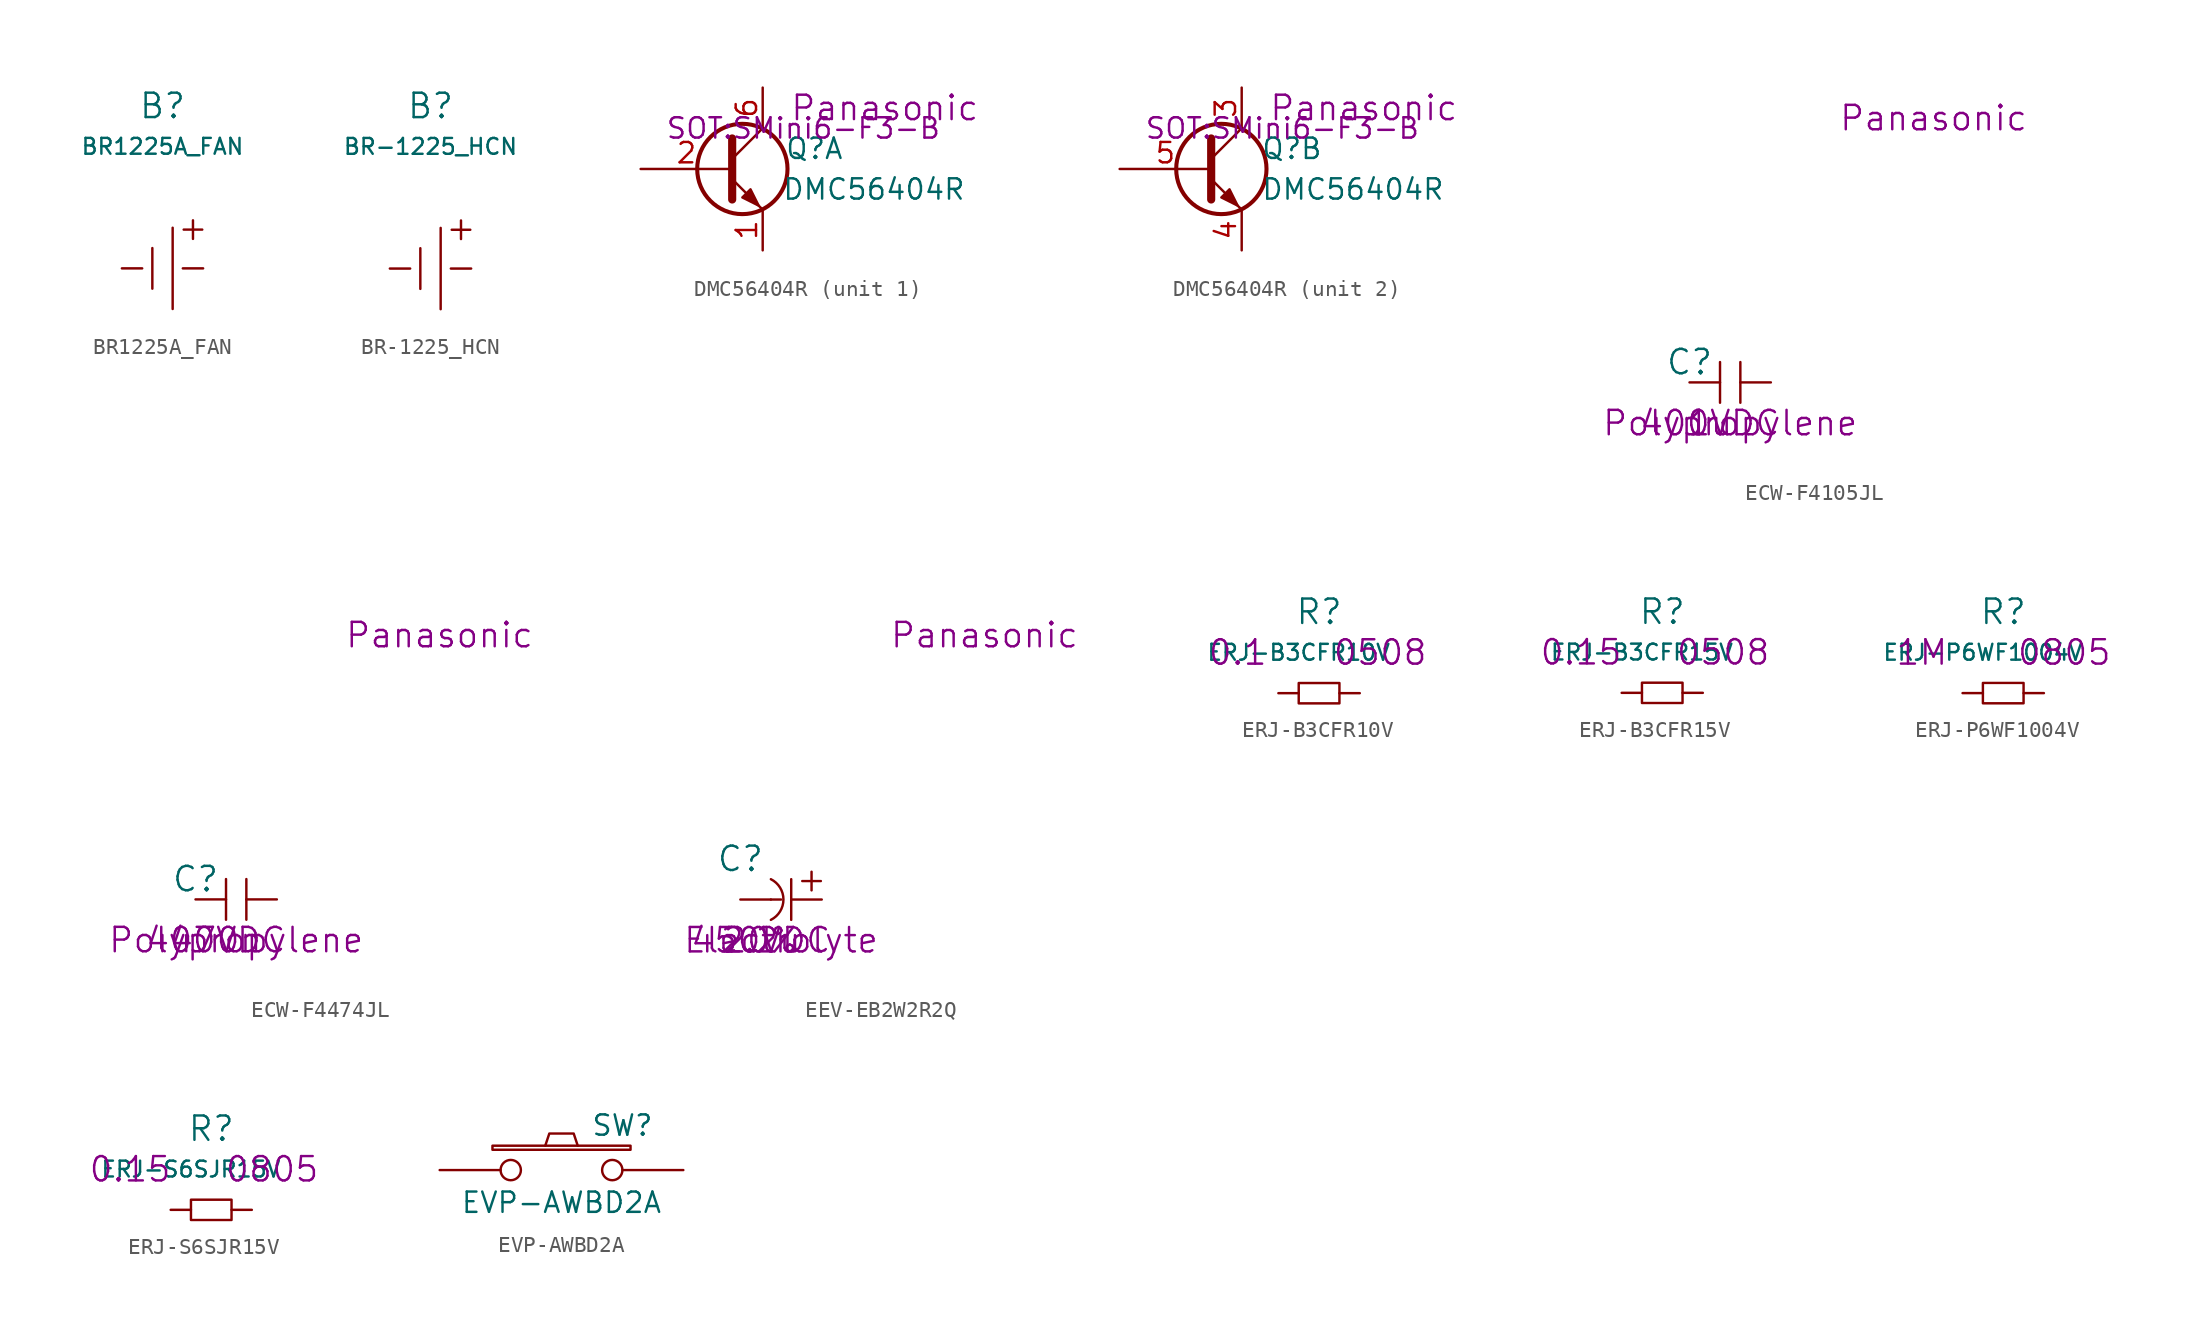
<source format=kicad_sym>
(kicad_symbol_lib
  (version 20220914)
  (generator kicad_symbol_editor)
  (symbol "BR1225A_FAN"
    (pin_numbers hide)
    (pin_names
      (offset 1.016) hide)
    (property "Reference" "B"
      (at 0 10.16 0)
      (effects (font (size 1.524 1.524))))
    (property "Value" "BR1225A_FAN"
      (at 0 7.62 0)
      (effects (font (size 0.991 0.991))))
    (symbol "BR1225A_FAN_0_0"
      (text "+" (at 1.905 2.54 0) (effects (font (size 1.524 1.524)))))
    (symbol "BR1225A_FAN_0_1"
      (polyline (pts (xy -0.635 1.27) (xy -0.635 -1.27)) (stroke (width 0) (type solid)) (fill (type none)))
      (polyline (pts (xy 0.635 2.54) (xy 0.635 -2.54)) (stroke (width 0) (type solid)) (fill (type none))))
    (symbol "BR1225A_FAN_1_1"
      (pin power_out line (at 2.54 0 180) (length 1.27) (name "PLUS" (effects (font (size 1.27 1.27)))) (number "A" (effects (font (size 1.27 1.27)))))
      (pin passive line (at -2.54 0 0) (length 1.27) (name "MINUS" (effects (font (size 1.27 1.27)))) (number "C" (effects (font (size 1.27 1.27)))))))
  (symbol "BR-1225_HCN"
    (pin_numbers hide)
    (pin_names
      (offset 1.016) hide)
    (property "Reference" "B"
      (at 0 10.16 0)
      (effects (font (size 1.524 1.524))))
    (property "Value" "BR-1225_HCN"
      (at 0 7.62 0)
      (effects (font (size 0.991 0.991))))
    (symbol "BR-1225_HCN_0_0"
      (text "+" (at 1.905 2.54 0) (effects (font (size 1.524 1.524)))))
    (symbol "BR-1225_HCN_0_1"
      (polyline (pts (xy -0.635 1.27) (xy -0.635 -1.27)) (stroke (width 0) (type solid)) (fill (type none)))
      (polyline (pts (xy 0.635 2.54) (xy 0.635 -2.54)) (stroke (width 0) (type solid)) (fill (type none))))
    (symbol "BR-1225_HCN_1_1"
      (pin power_out line (at 2.54 0 180) (length 1.27) (name "PLUS" (effects (font (size 1.27 1.27)))) (number "A" (effects (font (size 1.27 1.27)))))
      (pin passive line (at -2.54 0 0) (length 1.27) (name "MINUS" (effects (font (size 1.27 1.27)))) (number "C" (effects (font (size 1.27 1.27)))))))
  (symbol "DMC56404R"
    (pin_names
      (offset 0) hide)
    (property "Reference" "Q"
      (at 7.62 1.27 0)
      (effects (font (size 1.27 1.27)) (justify right)))
    (property "Value" "DMC56404R"
      (at 15.24 -1.27 0)
      (effects (font (size 1.27 1.27)) (justify right)))
    (property "Footprint" "SOT:SMini6-F3-B"
      (at 5.08 2.54 0)
      (effects (font (size 1.27 1.27))))
    (property "Datasheet" ""
      (at 7.62 1.27 0)
      (effects (font (size 1.27 1.27))))
    (property "Manufacturer" "Panasonic"
      (at 10.16 3.81 0)
      (effects (font (size 1.524 1.524))))
    (property "ki_locked" ""
      (at 0 0 0)
      (effects (font (size 1.27 1.27))))
    (symbol "DMC56404R_0_1"
      (polyline (pts (xy 0.635 0.635) (xy 2.54 2.54)) (stroke (width 0) (type solid)) (fill (type none)))
      (polyline (pts (xy 0.635 -0.635) (xy 2.54 -2.54) (xy 2.54 -2.54)) (stroke (width 0) (type solid)) (fill (type none)))
      (polyline (pts (xy 0.635 1.905) (xy 0.635 -1.905) (xy 0.635 -1.905)) (stroke (width 0.508) (type solid)) (fill (type none)))
      (polyline (pts (xy 1.27 -1.778) (xy 1.778 -1.27) (xy 2.286 -2.286) (xy 1.27 -1.778) (xy 1.27 -1.778)) (stroke (width 0) (type solid)) (fill (type outline)))
      (circle (center 1.27 0) (radius 2.819) (stroke (width 0.254) (type solid)) (fill (type none))))
    (symbol "DMC56404R_1_1"
      (pin passive line (at 2.54 -5.08 90) (length 2.54) (name "E1" (effects (font (size 1.27 1.27)))) (number "1" (effects (font (size 1.27 1.27)))))
      (pin input line (at -5.08 0 0) (length 5.715) (name "B1" (effects (font (size 1.27 1.27)))) (number "2" (effects (font (size 1.27 1.27)))))
      (pin passive line (at 2.54 5.08 270) (length 2.54) (name "C1" (effects (font (size 1.27 1.27)))) (number "6" (effects (font (size 1.27 1.27))))))
    (symbol "DMC56404R_2_1"
      (pin passive line (at 2.54 5.08 270) (length 2.54) (name "C2" (effects (font (size 1.27 1.27)))) (number "3" (effects (font (size 1.27 1.27)))))
      (pin passive line (at 2.54 -5.08 90) (length 2.54) (name "E2" (effects (font (size 1.27 1.27)))) (number "4" (effects (font (size 1.27 1.27)))))
      (pin input line (at -5.08 0 0) (length 5.715) (name "B2" (effects (font (size 1.27 1.27)))) (number "5" (effects (font (size 1.27 1.27)))))))
  (symbol "ECW-F4105JL"
    (pin_numbers hide)
    (pin_names
      (offset 1.016) hide)
    (property "Reference" "C"
      (at -2.54 1.27 0)
      (effects (font (size 1.524 1.524))))
    (property "Datasheet" ""
      (at -2.54 1.27 0)
      (effects (font (size 1.524 1.524))))
    (property "Value2" "1u"
      (at -1.27 -2.54 0)
      (effects (font (size 1.524 1.524))))
    (property "Rating" "400VDC"
      (at -1.27 -2.54 0)
      (effects (font (size 1.524 1.524))))
    (property "Dielectric" "Polypropylene"
      (at 0 -2.54 0)
      (effects (font (size 1.524 1.524))))
    (property "Manufacturer" "Panasonic"
      (at 12.7 16.51 0)
      (effects (font (size 1.524 1.524))))
    (symbol "ECW-F4105JL_0_1"
      (polyline (pts (xy -0.635 -1.27) (xy -0.635 1.27)) (stroke (width 0) (type solid)) (fill (type none)))
      (polyline (pts (xy 0.635 1.27) (xy 0.635 -1.27)) (stroke (width 0) (type solid)) (fill (type none))))
    (symbol "ECW-F4105JL_1_1"
      (pin passive line (at -2.54 0 0) (length 1.905) (name "1" (effects (font (size 1.27 1.27)))) (number "1" (effects (font (size 1.27 1.27)))))
      (pin passive line (at 2.54 0 180) (length 1.905) (name "2" (effects (font (size 1.27 1.27)))) (number "2" (effects (font (size 1.27 1.27)))))))
  (symbol "ECW-F4474JL"
    (pin_numbers hide)
    (pin_names
      (offset 1.016) hide)
    (property "Reference" "C"
      (at -2.54 1.27 0)
      (effects (font (size 1.524 1.524))))
    (property "Datasheet" ""
      (at -2.54 1.27 0)
      (effects (font (size 1.524 1.524))))
    (property "Value2" "470n"
      (at -1.27 -2.54 0)
      (effects (font (size 1.524 1.524))))
    (property "Rating" "400VDC"
      (at -1.27 -2.54 0)
      (effects (font (size 1.524 1.524))))
    (property "Dielectric" "Polypropylene"
      (at 0 -2.54 0)
      (effects (font (size 1.524 1.524))))
    (property "Manufacturer" "Panasonic"
      (at 12.7 16.51 0)
      (effects (font (size 1.524 1.524))))
    (symbol "ECW-F4474JL_0_1"
      (polyline (pts (xy -0.635 -1.27) (xy -0.635 1.27)) (stroke (width 0) (type solid)) (fill (type none)))
      (polyline (pts (xy 0.635 1.27) (xy 0.635 -1.27)) (stroke (width 0) (type solid)) (fill (type none))))
    (symbol "ECW-F4474JL_1_1"
      (pin passive line (at -2.54 0 0) (length 1.905) (name "1" (effects (font (size 1.27 1.27)))) (number "1" (effects (font (size 1.27 1.27)))))
      (pin passive line (at 2.54 0 180) (length 1.905) (name "2" (effects (font (size 1.27 1.27)))) (number "2" (effects (font (size 1.27 1.27)))))))
  (symbol "EEV-EB2W2R2Q"
    (pin_numbers hide)
    (pin_names
      (offset 1.016) hide)
    (property "Reference" "C"
      (at -2.54 2.54 0)
      (effects (font (size 1.524 1.524))))
    (property "Datasheet" ""
      (at -2.54 1.27 0)
      (effects (font (size 1.524 1.524))))
    (property "Value2" "2.2u"
      (at -1.27 -2.54 0)
      (effects (font (size 1.524 1.524))))
    (property "Rating" "450VDC"
      (at -1.27 -2.54 0)
      (effects (font (size 1.524 1.524))))
    (property "Tolerance" "20%"
      (at -1.27 -2.54 0)
      (effects (font (size 1.524 1.524))))
    (property "Dielectric" "Electrolyte"
      (at 0 -2.54 0)
      (effects (font (size 1.524 1.524))))
    (property "Manufacturer" "Panasonic"
      (at 12.7 16.51 0)
      (effects (font (size 1.524 1.524))))
    (symbol "EEV-EB2W2R2Q_0_0"
      (arc (start -0.635 -1.27) (mid 0.1499 0) (end -0.635 1.27) (stroke (width 0) (type solid)) (fill (type none)))
      (polyline (pts (xy -0.635 0) (xy 0 0)) (stroke (width 0) (type solid)) (fill (type none)))
      (text "+" (at 1.905 1.27 0) (effects (font (size 1.524 1.524)))))
    (symbol "EEV-EB2W2R2Q_0_1"
      (polyline (pts (xy 0.635 1.27) (xy 0.635 -1.27)) (stroke (width 0) (type solid)) (fill (type none))))
    (symbol "EEV-EB2W2R2Q_1_1"
      (pin passive line (at 2.54 0 180) (length 1.905) (name "A" (effects (font (size 1.27 1.27)))) (number "A" (effects (font (size 1.27 1.27)))))
      (pin passive line (at -2.54 0 0) (length 1.905) (name "C" (effects (font (size 1.27 1.27)))) (number "C" (effects (font (size 1.27 1.27)))))))
  (symbol "ERJ-B3CFR10V"
    (pin_numbers hide)
    (pin_names
      (offset 1.016) hide)
    (property "Reference" "R"
      (at 0 5.08 0)
      (effects (font (size 1.524 1.524))))
    (property "Value" "ERJ-B3CFR10V"
      (at -1.27 2.54 0)
      (effects (font (size 0.991 0.991))))
    (property "Value2" "0.1"
      (at -5.08 2.54 0)
      (effects (font (size 1.524 1.524))))
    (property "Size" "0508"
      (at 3.81 2.54 0)
      (effects (font (size 1.524 1.524))))
    (symbol "ERJ-B3CFR10V_0_1"
      (rectangle (start -1.27 0.635) (end 1.27 -0.635) (stroke (width 0) (type solid)) (fill (type none))))
    (symbol "ERJ-B3CFR10V_1_1"
      (pin passive line (at -2.54 0 0) (length 1.27) (name "1" (effects (font (size 1.27 1.27)))) (number "1" (effects (font (size 1.27 1.27)))))
      (pin passive line (at 2.54 0 180) (length 1.27) (name "2" (effects (font (size 1.27 1.27)))) (number "2" (effects (font (size 1.27 1.27)))))))
  (symbol "ERJ-B3CFR15V"
    (pin_numbers hide)
    (pin_names
      (offset 1.016) hide)
    (property "Reference" "R"
      (at 0 5.08 0)
      (effects (font (size 1.524 1.524))))
    (property "Value" "ERJ-B3CFR15V"
      (at -1.27 2.54 0)
      (effects (font (size 0.991 0.991))))
    (property "Value2" "0.15"
      (at -5.08 2.54 0)
      (effects (font (size 1.524 1.524))))
    (property "Size" "0508"
      (at 3.81 2.54 0)
      (effects (font (size 1.524 1.524))))
    (symbol "ERJ-B3CFR15V_0_1"
      (rectangle (start -1.27 0.635) (end 1.27 -0.635) (stroke (width 0) (type solid)) (fill (type none))))
    (symbol "ERJ-B3CFR15V_1_1"
      (pin passive line (at -2.54 0 0) (length 1.27) (name "1" (effects (font (size 1.27 1.27)))) (number "1" (effects (font (size 1.27 1.27)))))
      (pin passive line (at 2.54 0 180) (length 1.27) (name "2" (effects (font (size 1.27 1.27)))) (number "2" (effects (font (size 1.27 1.27)))))))
  (symbol "ERJ-P6WF1004V"
    (pin_numbers hide)
    (pin_names
      (offset 1.016) hide)
    (property "Reference" "R"
      (at 0 5.08 0)
      (effects (font (size 1.524 1.524))))
    (property "Value" "ERJ-P6WF1004V"
      (at -1.27 2.54 0)
      (effects (font (size 0.991 0.991))))
    (property "Value2" "1M"
      (at -5.08 2.54 0)
      (effects (font (size 1.524 1.524))))
    (property "Size" "0805"
      (at 3.81 2.54 0)
      (effects (font (size 1.524 1.524))))
    (symbol "ERJ-P6WF1004V_0_1"
      (rectangle (start -1.27 0.635) (end 1.27 -0.635) (stroke (width 0) (type solid)) (fill (type none))))
    (symbol "ERJ-P6WF1004V_1_1"
      (pin passive line (at -2.54 0 0) (length 1.27) (name "1" (effects (font (size 1.27 1.27)))) (number "1" (effects (font (size 1.27 1.27)))))
      (pin passive line (at 2.54 0 180) (length 1.27) (name "2" (effects (font (size 1.27 1.27)))) (number "2" (effects (font (size 1.27 1.27)))))))
  (symbol "ERJ-S6SJR15V"
    (pin_numbers hide)
    (pin_names
      (offset 1.016) hide)
    (property "Reference" "R"
      (at 0 5.08 0)
      (effects (font (size 1.524 1.524))))
    (property "Value" "ERJ-S6SJR15V"
      (at -1.27 2.54 0)
      (effects (font (size 0.991 0.991))))
    (property "Value2" "0.15"
      (at -5.08 2.54 0)
      (effects (font (size 1.524 1.524))))
    (property "Size" "0805"
      (at 3.81 2.54 0)
      (effects (font (size 1.524 1.524))))
    (symbol "ERJ-S6SJR15V_0_1"
      (rectangle (start -1.27 0.635) (end 1.27 -0.635) (stroke (width 0) (type solid)) (fill (type none))))
    (symbol "ERJ-S6SJR15V_1_1"
      (pin passive line (at -2.54 0 0) (length 1.27) (name "1" (effects (font (size 1.27 1.27)))) (number "1" (effects (font (size 1.27 1.27)))))
      (pin passive line (at 2.54 0 180) (length 1.27) (name "2" (effects (font (size 1.27 1.27)))) (number "2" (effects (font (size 1.27 1.27)))))))
  (symbol "EVP-AWBD2A"
    (pin_numbers hide)
    (pin_names
      (offset 1.016) hide)
    (property "Reference" "SW"
      (at 3.81 2.794 0)
      (effects (font (size 1.27 1.27))))
    (property "Value" "EVP-AWBD2A"
      (at 0 -2.032 0)
      (effects (font (size 1.27 1.27))))
    (symbol "EVP-AWBD2A_0_1"
      (rectangle (start -4.318 1.27) (end 4.318 1.524) (stroke (width 0) (type solid)) (fill (type none)))
      (polyline (pts (xy -1.016 1.524) (xy -0.762 2.286) (xy 0.762 2.286) (xy 1.016 1.524)) (stroke (width 0) (type solid)) (fill (type none)))
      (pin passive inverted (at -7.62 0 0) (length 5.08) (name "1" (effects (font (size 1.27 1.27)))) (number "1" (effects (font (size 1.27 1.27)))))
      (pin passive inverted (at 7.62 0 180) (length 5.08) (name "2" (effects (font (size 1.27 1.27)))) (number "2" (effects (font (size 1.27 1.27))))))))
</source>
